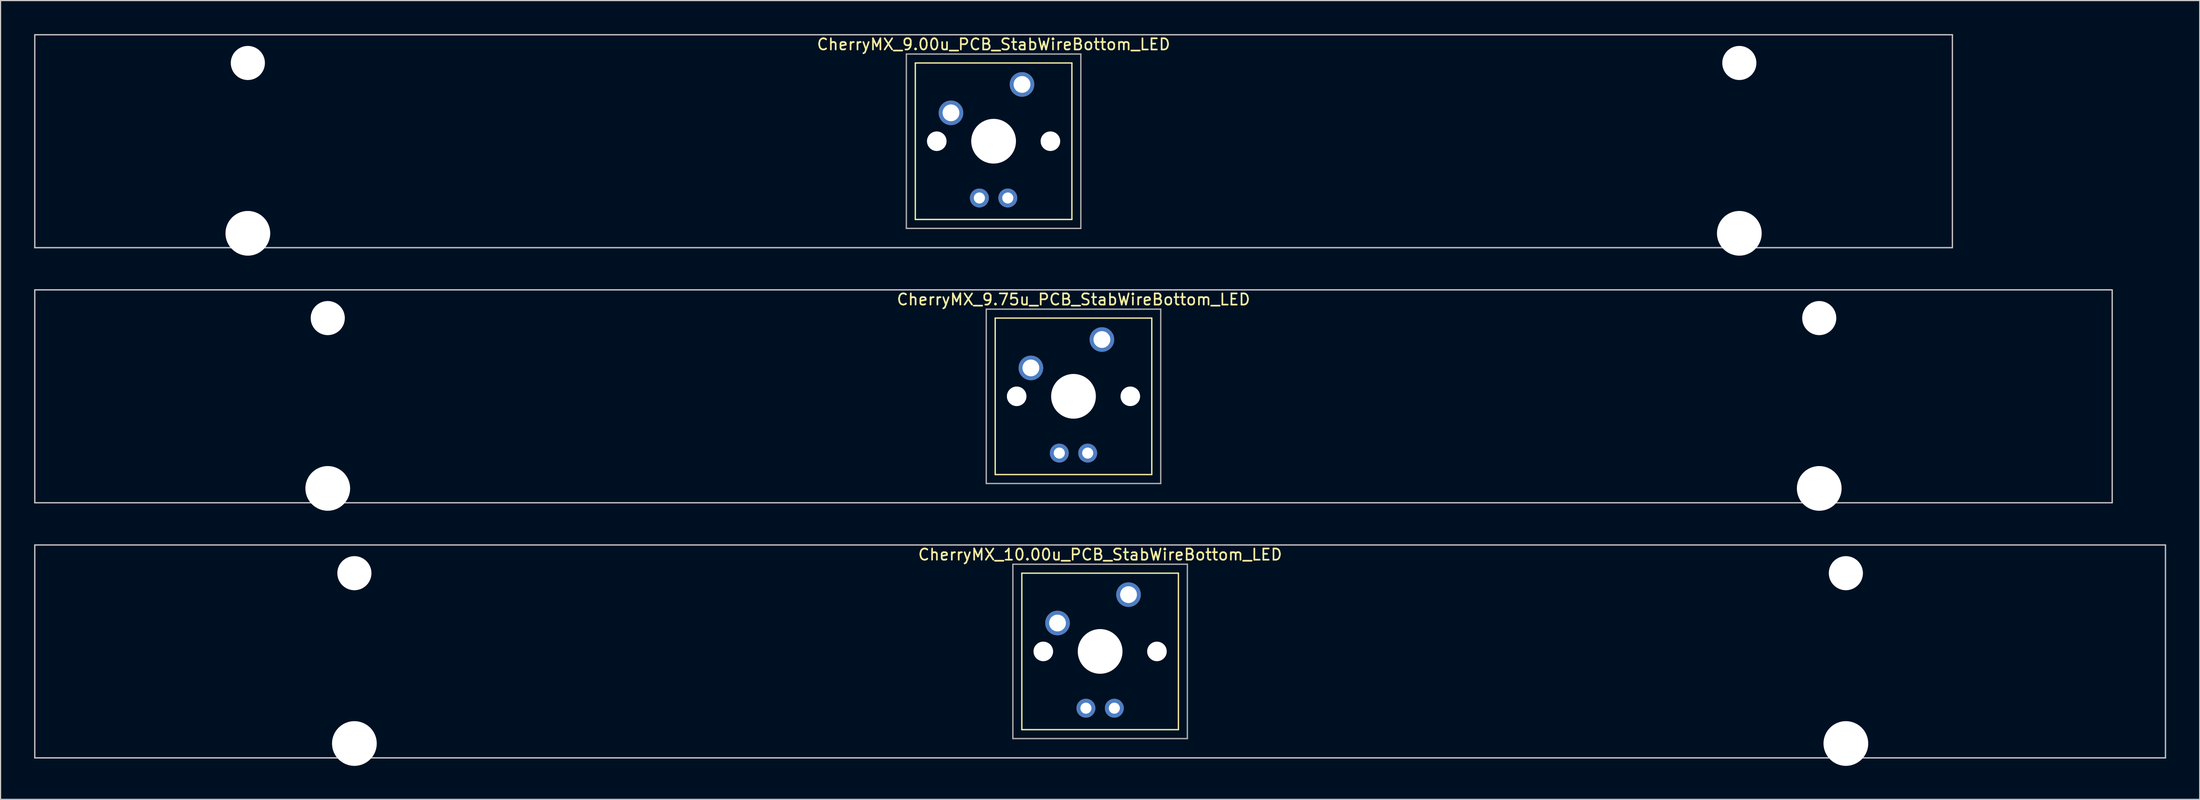
<source format=kicad_pcb>
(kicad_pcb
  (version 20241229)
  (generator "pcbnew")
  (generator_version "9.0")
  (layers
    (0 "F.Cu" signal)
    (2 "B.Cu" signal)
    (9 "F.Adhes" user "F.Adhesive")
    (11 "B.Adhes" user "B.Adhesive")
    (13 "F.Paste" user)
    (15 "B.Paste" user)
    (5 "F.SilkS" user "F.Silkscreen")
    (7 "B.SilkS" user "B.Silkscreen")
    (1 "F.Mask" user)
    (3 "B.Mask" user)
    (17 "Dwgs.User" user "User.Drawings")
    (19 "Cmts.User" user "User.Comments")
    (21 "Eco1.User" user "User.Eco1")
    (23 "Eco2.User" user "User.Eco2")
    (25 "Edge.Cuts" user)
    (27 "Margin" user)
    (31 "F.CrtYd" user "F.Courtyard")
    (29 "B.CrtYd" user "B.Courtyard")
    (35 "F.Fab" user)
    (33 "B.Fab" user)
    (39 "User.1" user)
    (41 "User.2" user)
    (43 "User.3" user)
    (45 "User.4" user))
  (footprint "CherryMX_9.75u_PCB_StabWireBottom_LED"
    (layer "F.Cu")
    (at 92.929 32.41)
    (property "Reference" "CherryMX_9.75u_PCB_StabWireBottom_LED" (at 0 -8.662 0) (layer "F.SilkS") (effects (font (size 1 1) (thickness 0.15))))
    (attr through_hole)
    (fp_line (start -7 -7) (end -7 7) (stroke (width 0.12) (type solid)) (layer "F.SilkS"))
    (fp_line (start -7 -7) (end 7 -7) (stroke (width 0.12) (type solid)) (layer "F.SilkS"))
    (fp_line (start 7 -7) (end 7 7) (stroke (width 0.12) (type solid)) (layer "F.SilkS"))
    (fp_line (start 7 7) (end -7 7) (stroke (width 0.12) (type solid)) (layer "F.SilkS"))
    (fp_line (start -92.869 -9.525) (end 92.869 -9.525) (stroke (width 0.12) (type solid)) (layer "Dwgs.User"))
    (fp_line (start -92.869 9.525) (end -92.869 -9.525) (stroke (width 0.12) (type solid)) (layer "Dwgs.User"))
    (fp_line (start 92.869 -9.525) (end 92.869 9.525) (stroke (width 0.12) (type solid)) (layer "Dwgs.User"))
    (fp_line (start 92.869 9.525) (end -92.869 9.525) (stroke (width 0.12) (type solid)) (layer "Dwgs.User"))
    (fp_line (start -7.8 -7.8) (end -7.8 7.8) (stroke (width 0.12) (type solid)) (layer "F.Fab"))
    (fp_line (start -7.8 -7.8) (end 7.8 -7.8) (stroke (width 0.12) (type solid)) (layer "F.Fab"))
    (fp_line (start -7.8 7.8) (end 7.8 7.8) (stroke (width 0.12) (type solid)) (layer "F.Fab"))
    (fp_line (start 7.8 -7.8) (end 7.8 7.8) (stroke (width 0.12) (type solid)) (layer "F.Fab"))
    (pad "" np_thru_hole circle (at -66.675 -7) (size 3.05 3.05) (drill 3.05) (layers "*.Cu" "*.Mask"))
    (pad "" np_thru_hole circle (at -66.675 8.24) (size 4 4) (drill 4) (layers "*.Cu" "*.Mask"))
    (pad "" np_thru_hole circle (at -5.08 0) (size 1.75 1.75) (drill 1.75) (layers "*.Cu" "*.Mask"))
    (pad "" np_thru_hole circle (at 0 0) (size 4 4) (drill 4) (layers "*.Cu" "*.Mask"))
    (pad "" np_thru_hole circle (at 5.08 0) (size 1.75 1.75) (drill 1.75) (layers "*.Cu" "*.Mask"))
    (pad "" np_thru_hole circle (at 66.675 -7) (size 3.05 3.05) (drill 3.05) (layers "*.Cu" "*.Mask"))
    (pad "" np_thru_hole circle (at 66.675 8.24) (size 4 4) (drill 4) (layers "*.Cu" "*.Mask"))
    (pad "1" thru_hole circle (at -3.81 -2.54) (size 2.2 2.2) (drill 1.5) (layers "*.Cu" "*.Mask"))
    (pad "2" thru_hole circle (at 2.54 -5.08) (size 2.2 2.2) (drill 1.5) (layers "*.Cu" "*.Mask"))
    (pad "3" thru_hole circle (at -1.27 5.08) (size 1.691 1.691) (drill 0.991) (layers "*.Cu" "*.Mask"))
    (pad "4" thru_hole circle (at 1.27 5.08) (size 1.691 1.691) (drill 0.991) (layers "*.Cu" "*.Mask")))
  (footprint "CherryMX_9.00u_PCB_StabWireBottom_LED"
    (layer "F.Cu")
    (at 85.785 9.585)
    (property "Reference" "CherryMX_9.00u_PCB_StabWireBottom_LED" (at 0 -8.662 0) (layer "F.SilkS") (effects (font (size 1 1) (thickness 0.15))))
    (attr through_hole)
    (fp_line (start -7 -7) (end -7 7) (stroke (width 0.12) (type solid)) (layer "F.SilkS"))
    (fp_line (start -7 -7) (end 7 -7) (stroke (width 0.12) (type solid)) (layer "F.SilkS"))
    (fp_line (start 7 -7) (end 7 7) (stroke (width 0.12) (type solid)) (layer "F.SilkS"))
    (fp_line (start 7 7) (end -7 7) (stroke (width 0.12) (type solid)) (layer "F.SilkS"))
    (fp_line (start -85.725 -9.525) (end 85.725 -9.525) (stroke (width 0.12) (type solid)) (layer "Dwgs.User"))
    (fp_line (start -85.725 9.525) (end -85.725 -9.525) (stroke (width 0.12) (type solid)) (layer "Dwgs.User"))
    (fp_line (start 85.725 -9.525) (end 85.725 9.525) (stroke (width 0.12) (type solid)) (layer "Dwgs.User"))
    (fp_line (start 85.725 9.525) (end -85.725 9.525) (stroke (width 0.12) (type solid)) (layer "Dwgs.User"))
    (fp_line (start -7.8 -7.8) (end -7.8 7.8) (stroke (width 0.12) (type solid)) (layer "F.Fab"))
    (fp_line (start -7.8 -7.8) (end 7.8 -7.8) (stroke (width 0.12) (type solid)) (layer "F.Fab"))
    (fp_line (start -7.8 7.8) (end 7.8 7.8) (stroke (width 0.12) (type solid)) (layer "F.Fab"))
    (fp_line (start 7.8 -7.8) (end 7.8 7.8) (stroke (width 0.12) (type solid)) (layer "F.Fab"))
    (pad "" np_thru_hole circle (at -66.675 -7) (size 3.05 3.05) (drill 3.05) (layers "*.Cu" "*.Mask"))
    (pad "" np_thru_hole circle (at -66.675 8.24) (size 4 4) (drill 4) (layers "*.Cu" "*.Mask"))
    (pad "" np_thru_hole circle (at -5.08 0) (size 1.75 1.75) (drill 1.75) (layers "*.Cu" "*.Mask"))
    (pad "" np_thru_hole circle (at 0 0) (size 4 4) (drill 4) (layers "*.Cu" "*.Mask"))
    (pad "" np_thru_hole circle (at 5.08 0) (size 1.75 1.75) (drill 1.75) (layers "*.Cu" "*.Mask"))
    (pad "" np_thru_hole circle (at 66.675 -7) (size 3.05 3.05) (drill 3.05) (layers "*.Cu" "*.Mask"))
    (pad "" np_thru_hole circle (at 66.675 8.24) (size 4 4) (drill 4) (layers "*.Cu" "*.Mask"))
    (pad "1" thru_hole circle (at -3.81 -2.54) (size 2.2 2.2) (drill 1.5) (layers "*.Cu" "*.Mask"))
    (pad "2" thru_hole circle (at 2.54 -5.08) (size 2.2 2.2) (drill 1.5) (layers "*.Cu" "*.Mask"))
    (pad "3" thru_hole circle (at -1.27 5.08) (size 1.691 1.691) (drill 0.991) (layers "*.Cu" "*.Mask"))
    (pad "4" thru_hole circle (at 1.27 5.08) (size 1.691 1.691) (drill 0.991) (layers "*.Cu" "*.Mask")))
  (footprint "CherryMX_10.00u_PCB_StabWireBottom_LED"
    (layer "F.Cu")
    (at 95.31 55.235)
    (property "Reference" "CherryMX_10.00u_PCB_StabWireBottom_LED" (at 0 -8.662 0) (layer "F.SilkS") (effects (font (size 1 1) (thickness 0.15))))
    (attr through_hole)
    (fp_line (start -7 -7) (end -7 7) (stroke (width 0.12) (type solid)) (layer "F.SilkS"))
    (fp_line (start -7 -7) (end 7 -7) (stroke (width 0.12) (type solid)) (layer "F.SilkS"))
    (fp_line (start 7 -7) (end 7 7) (stroke (width 0.12) (type solid)) (layer "F.SilkS"))
    (fp_line (start 7 7) (end -7 7) (stroke (width 0.12) (type solid)) (layer "F.SilkS"))
    (fp_line (start -95.25 -9.525) (end 95.25 -9.525) (stroke (width 0.12) (type solid)) (layer "Dwgs.User"))
    (fp_line (start -95.25 9.525) (end -95.25 -9.525) (stroke (width 0.12) (type solid)) (layer "Dwgs.User"))
    (fp_line (start 95.25 -9.525) (end 95.25 9.525) (stroke (width 0.12) (type solid)) (layer "Dwgs.User"))
    (fp_line (start 95.25 9.525) (end -95.25 9.525) (stroke (width 0.12) (type solid)) (layer "Dwgs.User"))
    (fp_line (start -7.8 -7.8) (end -7.8 7.8) (stroke (width 0.12) (type solid)) (layer "F.Fab"))
    (fp_line (start -7.8 -7.8) (end 7.8 -7.8) (stroke (width 0.12) (type solid)) (layer "F.Fab"))
    (fp_line (start -7.8 7.8) (end 7.8 7.8) (stroke (width 0.12) (type solid)) (layer "F.Fab"))
    (fp_line (start 7.8 -7.8) (end 7.8 7.8) (stroke (width 0.12) (type solid)) (layer "F.Fab"))
    (pad "" np_thru_hole circle (at -66.675 -7) (size 3.05 3.05) (drill 3.05) (layers "*.Cu" "*.Mask"))
    (pad "" np_thru_hole circle (at -66.675 8.24) (size 4 4) (drill 4) (layers "*.Cu" "*.Mask"))
    (pad "" np_thru_hole circle (at -5.08 0) (size 1.75 1.75) (drill 1.75) (layers "*.Cu" "*.Mask"))
    (pad "" np_thru_hole circle (at 0 0) (size 4 4) (drill 4) (layers "*.Cu" "*.Mask"))
    (pad "" np_thru_hole circle (at 5.08 0) (size 1.75 1.75) (drill 1.75) (layers "*.Cu" "*.Mask"))
    (pad "" np_thru_hole circle (at 66.675 -7) (size 3.05 3.05) (drill 3.05) (layers "*.Cu" "*.Mask"))
    (pad "" np_thru_hole circle (at 66.675 8.24) (size 4 4) (drill 4) (layers "*.Cu" "*.Mask"))
    (pad "1" thru_hole circle (at -3.81 -2.54) (size 2.2 2.2) (drill 1.5) (layers "*.Cu" "*.Mask"))
    (pad "2" thru_hole circle (at 2.54 -5.08) (size 2.2 2.2) (drill 1.5) (layers "*.Cu" "*.Mask"))
    (pad "3" thru_hole circle (at -1.27 5.08) (size 1.691 1.691) (drill 0.991) (layers "*.Cu" "*.Mask"))
    (pad "4" thru_hole circle (at 1.27 5.08) (size 1.691 1.691) (drill 0.991) (layers "*.Cu" "*.Mask")))
  (gr_rect
    (start -3 -3)
    (end 193.62 68.475)
    (stroke (width 0.1) (type default))
    (fill no)
    (layer "Edge.Cuts")))
</source>
